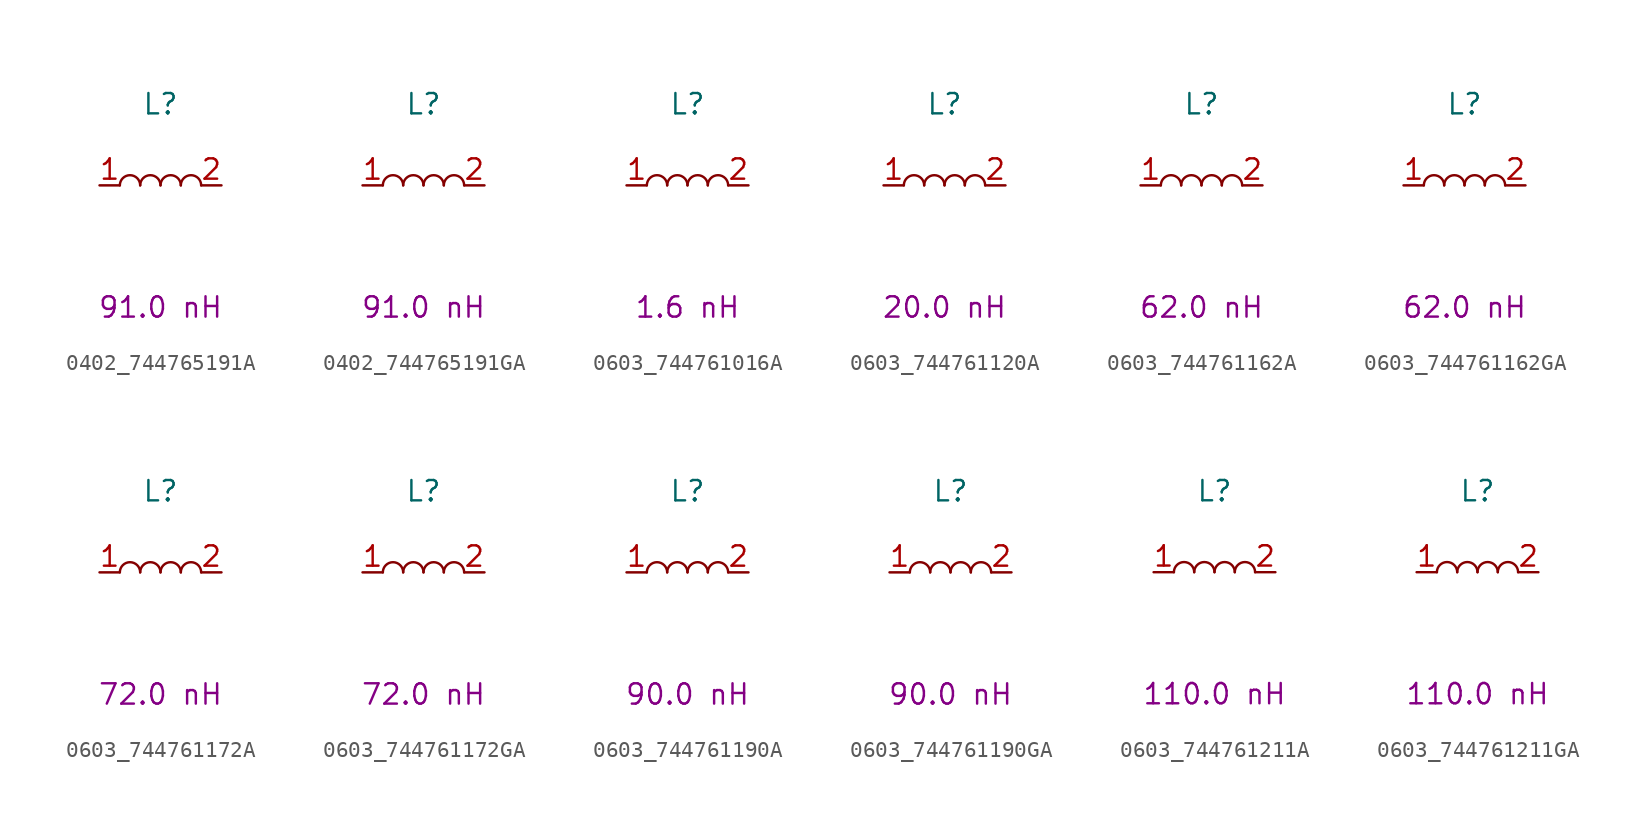
<source format=kicad_sym>
(kicad_symbol_lib
  (version 20220914)
  (generator kicad_symbol_editor)
  (symbol "0402_744765191A"
    (pin_names hide)
    (property "Reference" "L"
      (at 0 5.08 0)
      (effects (font (size 1.27 1.27))))
    (property "Critical Parameter" "91.0 nH"
      (at 0 -7.62 0)
      (effects (font (size 1.27 1.27))))
    (symbol "0402_744765191A_0_1"
      (arc (start -1.27 0) (mid -1.905 0.6323) (end -2.54 0) (stroke (width 0) (type default)) (fill (type none)))
      (arc (start 0 0) (mid -0.635 0.6323) (end -1.27 0) (stroke (width 0) (type default)) (fill (type none)))
      (arc (start 1.27 0) (mid 0.635 0.6323) (end 0 0) (stroke (width 0) (type default)) (fill (type none)))
      (arc (start 2.54 0) (mid 1.905 0.6323) (end 1.27 0) (stroke (width 0) (type default)) (fill (type none))))
    (symbol "0402_744765191A_1_1"
      (pin passive line (at -3.81 0 0) (length 1.27) (name "1" (effects (font (size 1.27 1.27)))) (number "1" (effects (font (size 1.27 1.27)))))
      (pin passive line (at 3.81 0 180) (length 1.27) (name "2" (effects (font (size 1.27 1.27)))) (number "2" (effects (font (size 1.27 1.27)))))))
  (symbol "0402_744765191GA"
    (pin_names hide)
    (property "Reference" "L"
      (at 0 5.08 0)
      (effects (font (size 1.27 1.27))))
    (property "Critical Parameter" "91.0 nH"
      (at 0 -7.62 0)
      (effects (font (size 1.27 1.27))))
    (symbol "0402_744765191GA_0_1"
      (arc (start -1.27 0) (mid -1.905 0.6323) (end -2.54 0) (stroke (width 0) (type default)) (fill (type none)))
      (arc (start 0 0) (mid -0.635 0.6323) (end -1.27 0) (stroke (width 0) (type default)) (fill (type none)))
      (arc (start 1.27 0) (mid 0.635 0.6323) (end 0 0) (stroke (width 0) (type default)) (fill (type none)))
      (arc (start 2.54 0) (mid 1.905 0.6323) (end 1.27 0) (stroke (width 0) (type default)) (fill (type none))))
    (symbol "0402_744765191GA_1_1"
      (pin passive line (at -3.81 0 0) (length 1.27) (name "1" (effects (font (size 1.27 1.27)))) (number "1" (effects (font (size 1.27 1.27)))))
      (pin passive line (at 3.81 0 180) (length 1.27) (name "2" (effects (font (size 1.27 1.27)))) (number "2" (effects (font (size 1.27 1.27)))))))
  (symbol "0603_744761016A"
    (pin_names hide)
    (property "Reference" "L"
      (at 0 5.08 0)
      (effects (font (size 1.27 1.27))))
    (property "Critical Parameter" "1.6 nH"
      (at 0 -7.62 0)
      (effects (font (size 1.27 1.27))))
    (symbol "0603_744761016A_0_1"
      (arc (start -1.27 0) (mid -1.905 0.6323) (end -2.54 0) (stroke (width 0) (type default)) (fill (type none)))
      (arc (start 0 0) (mid -0.635 0.6323) (end -1.27 0) (stroke (width 0) (type default)) (fill (type none)))
      (arc (start 1.27 0) (mid 0.635 0.6323) (end 0 0) (stroke (width 0) (type default)) (fill (type none)))
      (arc (start 2.54 0) (mid 1.905 0.6323) (end 1.27 0) (stroke (width 0) (type default)) (fill (type none))))
    (symbol "0603_744761016A_1_1"
      (pin passive line (at -3.81 0 0) (length 1.27) (name "1" (effects (font (size 1.27 1.27)))) (number "1" (effects (font (size 1.27 1.27)))))
      (pin passive line (at 3.81 0 180) (length 1.27) (name "2" (effects (font (size 1.27 1.27)))) (number "2" (effects (font (size 1.27 1.27)))))))
  (symbol "0603_744761120A"
    (pin_names hide)
    (property "Reference" "L"
      (at 0 5.08 0)
      (effects (font (size 1.27 1.27))))
    (property "Critical Parameter" "20.0 nH"
      (at 0 -7.62 0)
      (effects (font (size 1.27 1.27))))
    (symbol "0603_744761120A_0_1"
      (arc (start -1.27 0) (mid -1.905 0.6323) (end -2.54 0) (stroke (width 0) (type default)) (fill (type none)))
      (arc (start 0 0) (mid -0.635 0.6323) (end -1.27 0) (stroke (width 0) (type default)) (fill (type none)))
      (arc (start 1.27 0) (mid 0.635 0.6323) (end 0 0) (stroke (width 0) (type default)) (fill (type none)))
      (arc (start 2.54 0) (mid 1.905 0.6323) (end 1.27 0) (stroke (width 0) (type default)) (fill (type none))))
    (symbol "0603_744761120A_1_1"
      (pin passive line (at -3.81 0 0) (length 1.27) (name "1" (effects (font (size 1.27 1.27)))) (number "1" (effects (font (size 1.27 1.27)))))
      (pin passive line (at 3.81 0 180) (length 1.27) (name "2" (effects (font (size 1.27 1.27)))) (number "2" (effects (font (size 1.27 1.27)))))))
  (symbol "0603_744761162A"
    (pin_names hide)
    (property "Reference" "L"
      (at 0 5.08 0)
      (effects (font (size 1.27 1.27))))
    (property "Critical Parameter" "62.0 nH"
      (at 0 -7.62 0)
      (effects (font (size 1.27 1.27))))
    (symbol "0603_744761162A_0_1"
      (arc (start -1.27 0) (mid -1.905 0.6323) (end -2.54 0) (stroke (width 0) (type default)) (fill (type none)))
      (arc (start 0 0) (mid -0.635 0.6323) (end -1.27 0) (stroke (width 0) (type default)) (fill (type none)))
      (arc (start 1.27 0) (mid 0.635 0.6323) (end 0 0) (stroke (width 0) (type default)) (fill (type none)))
      (arc (start 2.54 0) (mid 1.905 0.6323) (end 1.27 0) (stroke (width 0) (type default)) (fill (type none))))
    (symbol "0603_744761162A_1_1"
      (pin passive line (at -3.81 0 0) (length 1.27) (name "1" (effects (font (size 1.27 1.27)))) (number "1" (effects (font (size 1.27 1.27)))))
      (pin passive line (at 3.81 0 180) (length 1.27) (name "2" (effects (font (size 1.27 1.27)))) (number "2" (effects (font (size 1.27 1.27)))))))
  (symbol "0603_744761162GA"
    (pin_names hide)
    (property "Reference" "L"
      (at 0 5.08 0)
      (effects (font (size 1.27 1.27))))
    (property "Critical Parameter" "62.0 nH"
      (at 0 -7.62 0)
      (effects (font (size 1.27 1.27))))
    (symbol "0603_744761162GA_0_1"
      (arc (start -1.27 0) (mid -1.905 0.6323) (end -2.54 0) (stroke (width 0) (type default)) (fill (type none)))
      (arc (start 0 0) (mid -0.635 0.6323) (end -1.27 0) (stroke (width 0) (type default)) (fill (type none)))
      (arc (start 1.27 0) (mid 0.635 0.6323) (end 0 0) (stroke (width 0) (type default)) (fill (type none)))
      (arc (start 2.54 0) (mid 1.905 0.6323) (end 1.27 0) (stroke (width 0) (type default)) (fill (type none))))
    (symbol "0603_744761162GA_1_1"
      (pin passive line (at -3.81 0 0) (length 1.27) (name "1" (effects (font (size 1.27 1.27)))) (number "1" (effects (font (size 1.27 1.27)))))
      (pin passive line (at 3.81 0 180) (length 1.27) (name "2" (effects (font (size 1.27 1.27)))) (number "2" (effects (font (size 1.27 1.27)))))))
  (symbol "0603_744761172A"
    (pin_names hide)
    (property "Reference" "L"
      (at 0 5.08 0)
      (effects (font (size 1.27 1.27))))
    (property "Critical Parameter" "72.0 nH"
      (at 0 -7.62 0)
      (effects (font (size 1.27 1.27))))
    (symbol "0603_744761172A_0_1"
      (arc (start -1.27 0) (mid -1.905 0.6323) (end -2.54 0) (stroke (width 0) (type default)) (fill (type none)))
      (arc (start 0 0) (mid -0.635 0.6323) (end -1.27 0) (stroke (width 0) (type default)) (fill (type none)))
      (arc (start 1.27 0) (mid 0.635 0.6323) (end 0 0) (stroke (width 0) (type default)) (fill (type none)))
      (arc (start 2.54 0) (mid 1.905 0.6323) (end 1.27 0) (stroke (width 0) (type default)) (fill (type none))))
    (symbol "0603_744761172A_1_1"
      (pin passive line (at -3.81 0 0) (length 1.27) (name "1" (effects (font (size 1.27 1.27)))) (number "1" (effects (font (size 1.27 1.27)))))
      (pin passive line (at 3.81 0 180) (length 1.27) (name "2" (effects (font (size 1.27 1.27)))) (number "2" (effects (font (size 1.27 1.27)))))))
  (symbol "0603_744761172GA"
    (pin_names hide)
    (property "Reference" "L"
      (at 0 5.08 0)
      (effects (font (size 1.27 1.27))))
    (property "Critical Parameter" "72.0 nH"
      (at 0 -7.62 0)
      (effects (font (size 1.27 1.27))))
    (symbol "0603_744761172GA_0_1"
      (arc (start -1.27 0) (mid -1.905 0.6323) (end -2.54 0) (stroke (width 0) (type default)) (fill (type none)))
      (arc (start 0 0) (mid -0.635 0.6323) (end -1.27 0) (stroke (width 0) (type default)) (fill (type none)))
      (arc (start 1.27 0) (mid 0.635 0.6323) (end 0 0) (stroke (width 0) (type default)) (fill (type none)))
      (arc (start 2.54 0) (mid 1.905 0.6323) (end 1.27 0) (stroke (width 0) (type default)) (fill (type none))))
    (symbol "0603_744761172GA_1_1"
      (pin passive line (at -3.81 0 0) (length 1.27) (name "1" (effects (font (size 1.27 1.27)))) (number "1" (effects (font (size 1.27 1.27)))))
      (pin passive line (at 3.81 0 180) (length 1.27) (name "2" (effects (font (size 1.27 1.27)))) (number "2" (effects (font (size 1.27 1.27)))))))
  (symbol "0603_744761190A"
    (pin_names hide)
    (property "Reference" "L"
      (at 0 5.08 0)
      (effects (font (size 1.27 1.27))))
    (property "Critical Parameter" "90.0 nH"
      (at 0 -7.62 0)
      (effects (font (size 1.27 1.27))))
    (symbol "0603_744761190A_0_1"
      (arc (start -1.27 0) (mid -1.905 0.6323) (end -2.54 0) (stroke (width 0) (type default)) (fill (type none)))
      (arc (start 0 0) (mid -0.635 0.6323) (end -1.27 0) (stroke (width 0) (type default)) (fill (type none)))
      (arc (start 1.27 0) (mid 0.635 0.6323) (end 0 0) (stroke (width 0) (type default)) (fill (type none)))
      (arc (start 2.54 0) (mid 1.905 0.6323) (end 1.27 0) (stroke (width 0) (type default)) (fill (type none))))
    (symbol "0603_744761190A_1_1"
      (pin passive line (at -3.81 0 0) (length 1.27) (name "1" (effects (font (size 1.27 1.27)))) (number "1" (effects (font (size 1.27 1.27)))))
      (pin passive line (at 3.81 0 180) (length 1.27) (name "2" (effects (font (size 1.27 1.27)))) (number "2" (effects (font (size 1.27 1.27)))))))
  (symbol "0603_744761190GA"
    (pin_names hide)
    (property "Reference" "L"
      (at 0 5.08 0)
      (effects (font (size 1.27 1.27))))
    (property "Critical Parameter" "90.0 nH"
      (at 0 -7.62 0)
      (effects (font (size 1.27 1.27))))
    (symbol "0603_744761190GA_0_1"
      (arc (start -1.27 0) (mid -1.905 0.6323) (end -2.54 0) (stroke (width 0) (type default)) (fill (type none)))
      (arc (start 0 0) (mid -0.635 0.6323) (end -1.27 0) (stroke (width 0) (type default)) (fill (type none)))
      (arc (start 1.27 0) (mid 0.635 0.6323) (end 0 0) (stroke (width 0) (type default)) (fill (type none)))
      (arc (start 2.54 0) (mid 1.905 0.6323) (end 1.27 0) (stroke (width 0) (type default)) (fill (type none))))
    (symbol "0603_744761190GA_1_1"
      (pin passive line (at -3.81 0 0) (length 1.27) (name "1" (effects (font (size 1.27 1.27)))) (number "1" (effects (font (size 1.27 1.27)))))
      (pin passive line (at 3.81 0 180) (length 1.27) (name "2" (effects (font (size 1.27 1.27)))) (number "2" (effects (font (size 1.27 1.27)))))))
  (symbol "0603_744761211A"
    (pin_names hide)
    (property "Reference" "L"
      (at 0 5.08 0)
      (effects (font (size 1.27 1.27))))
    (property "Critical Parameter" "110.0 nH"
      (at 0 -7.62 0)
      (effects (font (size 1.27 1.27))))
    (symbol "0603_744761211A_0_1"
      (arc (start -1.27 0) (mid -1.905 0.6323) (end -2.54 0) (stroke (width 0) (type default)) (fill (type none)))
      (arc (start 0 0) (mid -0.635 0.6323) (end -1.27 0) (stroke (width 0) (type default)) (fill (type none)))
      (arc (start 1.27 0) (mid 0.635 0.6323) (end 0 0) (stroke (width 0) (type default)) (fill (type none)))
      (arc (start 2.54 0) (mid 1.905 0.6323) (end 1.27 0) (stroke (width 0) (type default)) (fill (type none))))
    (symbol "0603_744761211A_1_1"
      (pin passive line (at -3.81 0 0) (length 1.27) (name "1" (effects (font (size 1.27 1.27)))) (number "1" (effects (font (size 1.27 1.27)))))
      (pin passive line (at 3.81 0 180) (length 1.27) (name "2" (effects (font (size 1.27 1.27)))) (number "2" (effects (font (size 1.27 1.27)))))))
  (symbol "0603_744761211GA"
    (pin_names hide)
    (property "Reference" "L"
      (at 0 5.08 0)
      (effects (font (size 1.27 1.27))))
    (property "Critical Parameter" "110.0 nH"
      (at 0 -7.62 0)
      (effects (font (size 1.27 1.27))))
    (symbol "0603_744761211GA_0_1"
      (arc (start -1.27 0) (mid -1.905 0.6323) (end -2.54 0) (stroke (width 0) (type default)) (fill (type none)))
      (arc (start 0 0) (mid -0.635 0.6323) (end -1.27 0) (stroke (width 0) (type default)) (fill (type none)))
      (arc (start 1.27 0) (mid 0.635 0.6323) (end 0 0) (stroke (width 0) (type default)) (fill (type none)))
      (arc (start 2.54 0) (mid 1.905 0.6323) (end 1.27 0) (stroke (width 0) (type default)) (fill (type none))))
    (symbol "0603_744761211GA_1_1"
      (pin passive line (at -3.81 0 0) (length 1.27) (name "1" (effects (font (size 1.27 1.27)))) (number "1" (effects (font (size 1.27 1.27)))))
      (pin passive line (at 3.81 0 180) (length 1.27) (name "2" (effects (font (size 1.27 1.27)))) (number "2" (effects (font (size 1.27 1.27))))))))
</source>
